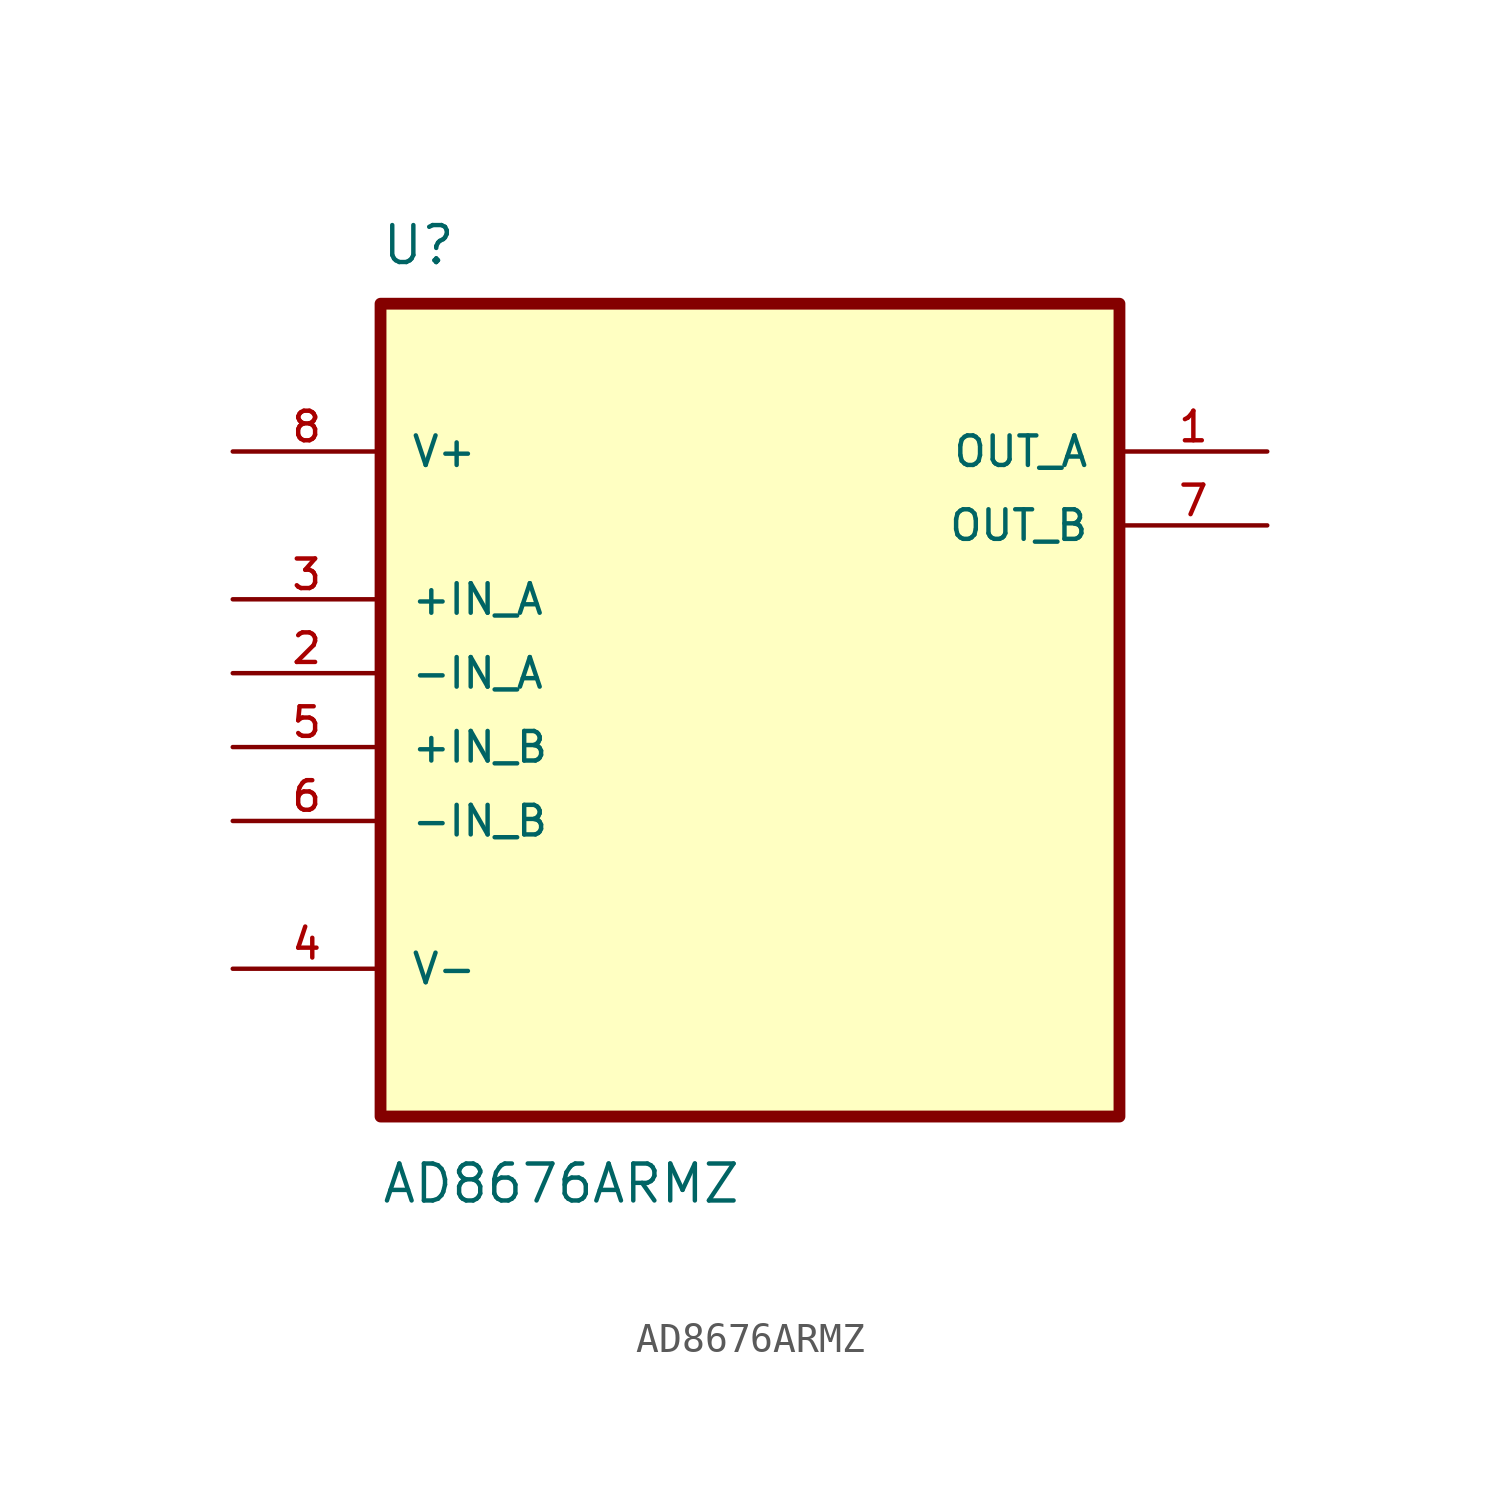
<source format=kicad_sym>
(kicad_symbol_lib
  (version 20241209)
  (generator "kicad_symbol_editor")
  (generator_version "9.0")
  (symbol "AD8676ARMZ"
    (pin_names
      (offset 1.016))
    (property "Reference" "U"
      (at -12.7 11.43 0)
      (effects (font (size 1.27 1.27)) (justify left bottom)))
    (property "Value" "AD8676ARMZ"
      (at -12.7 -20.828 0)
      (effects (font (size 1.27 1.27)) (justify left bottom)))
    (symbol "AD8676ARMZ_0_0"
      (rectangle (start -12.7 -17.78) (end 12.7 10.16) (stroke (width 0.406) (type default)) (fill (type background)))
      (pin power_in line (at -17.78 5.08 0) (length 5.08) (name "V+" (effects (font (size 1.016 1.016)))) (number "8" (effects (font (size 1.016 1.016)))))
      (pin input line (at -17.78 0 0) (length 5.08) (name "+IN_A" (effects (font (size 1.016 1.016)))) (number "3" (effects (font (size 1.016 1.016)))))
      (pin input line (at -17.78 -2.54 0) (length 5.08) (name "-IN_A" (effects (font (size 1.016 1.016)))) (number "2" (effects (font (size 1.016 1.016)))))
      (pin input line (at -17.78 -5.08 0) (length 5.08) (name "+IN_B" (effects (font (size 1.016 1.016)))) (number "5" (effects (font (size 1.016 1.016)))))
      (pin input line (at -17.78 -7.62 0) (length 5.08) (name "-IN_B" (effects (font (size 1.016 1.016)))) (number "6" (effects (font (size 1.016 1.016)))))
      (pin power_in line (at -17.78 -12.7 0) (length 5.08) (name "V-" (effects (font (size 1.016 1.016)))) (number "4" (effects (font (size 1.016 1.016)))))
      (pin output line (at 17.78 5.08 180) (length 5.08) (name "OUT_A" (effects (font (size 1.016 1.016)))) (number "1" (effects (font (size 1.016 1.016)))))
      (pin output line (at 17.78 2.54 180) (length 5.08) (name "OUT_B" (effects (font (size 1.016 1.016)))) (number "7" (effects (font (size 1.016 1.016))))))))
</source>
